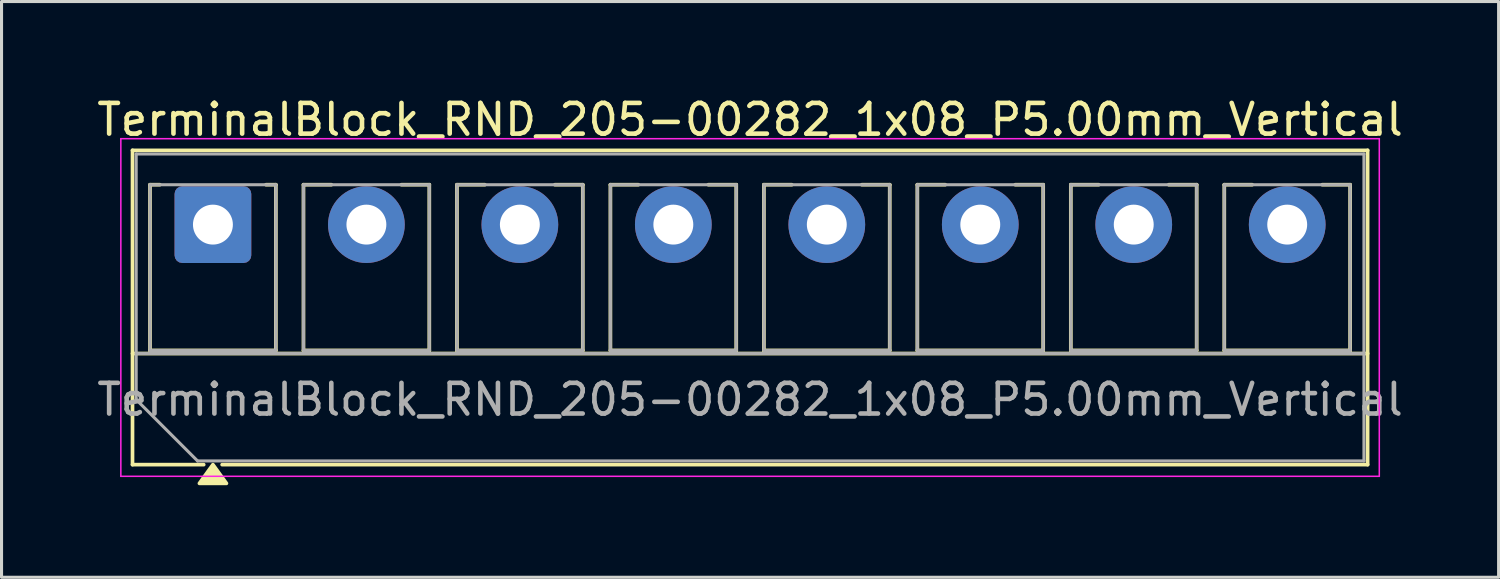
<source format=kicad_pcb>
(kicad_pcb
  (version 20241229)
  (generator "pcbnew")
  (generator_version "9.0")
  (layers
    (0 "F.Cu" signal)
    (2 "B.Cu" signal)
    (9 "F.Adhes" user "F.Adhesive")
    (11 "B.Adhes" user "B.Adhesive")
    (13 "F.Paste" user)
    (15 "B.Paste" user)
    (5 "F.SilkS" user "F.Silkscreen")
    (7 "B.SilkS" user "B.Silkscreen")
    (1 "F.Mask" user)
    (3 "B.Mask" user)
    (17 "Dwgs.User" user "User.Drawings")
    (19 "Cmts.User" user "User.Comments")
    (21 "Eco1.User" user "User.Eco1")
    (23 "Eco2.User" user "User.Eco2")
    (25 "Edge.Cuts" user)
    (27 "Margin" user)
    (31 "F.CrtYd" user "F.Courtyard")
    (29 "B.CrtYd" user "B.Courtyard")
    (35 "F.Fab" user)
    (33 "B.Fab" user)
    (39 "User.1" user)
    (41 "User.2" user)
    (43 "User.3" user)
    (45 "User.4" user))
  (footprint "TerminalBlock_RND_205-00282_1x08_P5.00mm_Vertical"
    (layer "F.Cu")
    (at 3.887 4.268)
    (property "Reference" "TerminalBlock_RND_205-00282_1x08_P5.00mm_Vertical" (at 17.5 -3.42 0) (layer "F.SilkS") (effects (font (size 1 1) (thickness 0.15))))
    (attr through_hole)
    (fp_line (start -2.62 -2.42) (end 37.62 -2.42) (stroke (width 0.12) (type solid)) (layer "F.SilkS"))
    (fp_line (start -2.62 4.2) (end 37.62 4.2) (stroke (width 0.12) (type solid)) (layer "F.SilkS"))
    (fp_line (start -2.62 7.82) (end -2.62 -2.42) (stroke (width 0.12) (type solid)) (layer "F.SilkS"))
    (fp_line (start -2.05 -1.3) (end -1.73 -1.3) (stroke (width 0.12) (type solid)) (layer "F.SilkS"))
    (fp_line (start -2.05 4.1) (end -2.05 -1.3) (stroke (width 0.12) (type solid)) (layer "F.SilkS"))
    (fp_line (start -0.3 7.82) (end -2.62 7.82) (stroke (width 0.12) (type solid)) (layer "F.SilkS"))
    (fp_line (start 1.73 -1.3) (end 2.05 -1.3) (stroke (width 0.12) (type solid)) (layer "F.SilkS"))
    (fp_line (start 2.05 -1.3) (end 2.05 4.1) (stroke (width 0.12) (type solid)) (layer "F.SilkS"))
    (fp_line (start 2.05 4.1) (end -2.05 4.1) (stroke (width 0.12) (type solid)) (layer "F.SilkS"))
    (fp_line (start 2.95 -1.3) (end 3.859 -1.3) (stroke (width 0.12) (type solid)) (layer "F.SilkS"))
    (fp_line (start 2.95 4.1) (end 2.95 -1.3) (stroke (width 0.12) (type solid)) (layer "F.SilkS"))
    (fp_line (start 6.141 -1.3) (end 7.05 -1.3) (stroke (width 0.12) (type solid)) (layer "F.SilkS"))
    (fp_line (start 7.05 -1.3) (end 7.05 4.1) (stroke (width 0.12) (type solid)) (layer "F.SilkS"))
    (fp_line (start 7.05 4.1) (end 2.95 4.1) (stroke (width 0.12) (type solid)) (layer "F.SilkS"))
    (fp_line (start 7.95 -1.3) (end 8.859 -1.3) (stroke (width 0.12) (type solid)) (layer "F.SilkS"))
    (fp_line (start 7.95 4.1) (end 7.95 -1.3) (stroke (width 0.12) (type solid)) (layer "F.SilkS"))
    (fp_line (start 11.141 -1.3) (end 12.05 -1.3) (stroke (width 0.12) (type solid)) (layer "F.SilkS"))
    (fp_line (start 12.05 -1.3) (end 12.05 4.1) (stroke (width 0.12) (type solid)) (layer "F.SilkS"))
    (fp_line (start 12.05 4.1) (end 7.95 4.1) (stroke (width 0.12) (type solid)) (layer "F.SilkS"))
    (fp_line (start 12.95 -1.3) (end 13.859 -1.3) (stroke (width 0.12) (type solid)) (layer "F.SilkS"))
    (fp_line (start 12.95 4.1) (end 12.95 -1.3) (stroke (width 0.12) (type solid)) (layer "F.SilkS"))
    (fp_line (start 16.141 -1.3) (end 17.05 -1.3) (stroke (width 0.12) (type solid)) (layer "F.SilkS"))
    (fp_line (start 17.05 -1.3) (end 17.05 4.1) (stroke (width 0.12) (type solid)) (layer "F.SilkS"))
    (fp_line (start 17.05 4.1) (end 12.95 4.1) (stroke (width 0.12) (type solid)) (layer "F.SilkS"))
    (fp_line (start 17.95 -1.3) (end 18.859 -1.3) (stroke (width 0.12) (type solid)) (layer "F.SilkS"))
    (fp_line (start 17.95 4.1) (end 17.95 -1.3) (stroke (width 0.12) (type solid)) (layer "F.SilkS"))
    (fp_line (start 21.141 -1.3) (end 22.05 -1.3) (stroke (width 0.12) (type solid)) (layer "F.SilkS"))
    (fp_line (start 22.05 -1.3) (end 22.05 4.1) (stroke (width 0.12) (type solid)) (layer "F.SilkS"))
    (fp_line (start 22.05 4.1) (end 17.95 4.1) (stroke (width 0.12) (type solid)) (layer "F.SilkS"))
    (fp_line (start 22.95 -1.3) (end 23.859 -1.3) (stroke (width 0.12) (type solid)) (layer "F.SilkS"))
    (fp_line (start 22.95 4.1) (end 22.95 -1.3) (stroke (width 0.12) (type solid)) (layer "F.SilkS"))
    (fp_line (start 26.141 -1.3) (end 27.05 -1.3) (stroke (width 0.12) (type solid)) (layer "F.SilkS"))
    (fp_line (start 27.05 -1.3) (end 27.05 4.1) (stroke (width 0.12) (type solid)) (layer "F.SilkS"))
    (fp_line (start 27.05 4.1) (end 22.95 4.1) (stroke (width 0.12) (type solid)) (layer "F.SilkS"))
    (fp_line (start 27.95 -1.3) (end 28.859 -1.3) (stroke (width 0.12) (type solid)) (layer "F.SilkS"))
    (fp_line (start 27.95 4.1) (end 27.95 -1.3) (stroke (width 0.12) (type solid)) (layer "F.SilkS"))
    (fp_line (start 31.141 -1.3) (end 32.05 -1.3) (stroke (width 0.12) (type solid)) (layer "F.SilkS"))
    (fp_line (start 32.05 -1.3) (end 32.05 4.1) (stroke (width 0.12) (type solid)) (layer "F.SilkS"))
    (fp_line (start 32.05 4.1) (end 27.95 4.1) (stroke (width 0.12) (type solid)) (layer "F.SilkS"))
    (fp_line (start 32.95 -1.3) (end 33.859 -1.3) (stroke (width 0.12) (type solid)) (layer "F.SilkS"))
    (fp_line (start 32.95 4.1) (end 32.95 -1.3) (stroke (width 0.12) (type solid)) (layer "F.SilkS"))
    (fp_line (start 36.141 -1.3) (end 37.05 -1.3) (stroke (width 0.12) (type solid)) (layer "F.SilkS"))
    (fp_line (start 37.05 -1.3) (end 37.05 4.1) (stroke (width 0.12) (type solid)) (layer "F.SilkS"))
    (fp_line (start 37.05 4.1) (end 32.95 4.1) (stroke (width 0.12) (type solid)) (layer "F.SilkS"))
    (fp_line (start 37.62 -2.42) (end 37.62 7.82) (stroke (width 0.12) (type solid)) (layer "F.SilkS"))
    (fp_line (start 37.62 7.82) (end 0.3 7.82) (stroke (width 0.12) (type solid)) (layer "F.SilkS"))
    (fp_poly (pts (xy 0 7.82) (xy 0.44 8.43) (xy -0.44 8.43)) (stroke (width 0.12) (type solid)) (fill yes) (layer "F.SilkS"))
    (fp_line (start -3 -2.8) (end -3 8.2) (stroke (width 0.05) (type solid)) (layer "F.CrtYd"))
    (fp_line (start -3 8.2) (end 38 8.2) (stroke (width 0.05) (type solid)) (layer "F.CrtYd"))
    (fp_line (start 38 -2.8) (end -3 -2.8) (stroke (width 0.05) (type solid)) (layer "F.CrtYd"))
    (fp_line (start 38 8.2) (end 38 -2.8) (stroke (width 0.05) (type solid)) (layer "F.CrtYd"))
    (fp_line (start -2.5 -2.3) (end 37.5 -2.3) (stroke (width 0.1) (type solid)) (layer "F.Fab"))
    (fp_line (start -2.5 4.2) (end 37.5 4.2) (stroke (width 0.1) (type solid)) (layer "F.Fab"))
    (fp_line (start -2.5 5.7) (end -2.5 -2.3) (stroke (width 0.1) (type solid)) (layer "F.Fab"))
    (fp_line (start -2.05 -1.3) (end -2.05 4.1) (stroke (width 0.1) (type solid)) (layer "F.Fab"))
    (fp_line (start -2.05 4.1) (end 2.05 4.1) (stroke (width 0.1) (type solid)) (layer "F.Fab"))
    (fp_line (start -0.5 7.7) (end -2.5 5.7) (stroke (width 0.1) (type solid)) (layer "F.Fab"))
    (fp_line (start 2.05 -1.3) (end -2.05 -1.3) (stroke (width 0.1) (type solid)) (layer "F.Fab"))
    (fp_line (start 2.05 4.1) (end 2.05 -1.3) (stroke (width 0.1) (type solid)) (layer "F.Fab"))
    (fp_line (start 2.95 -1.3) (end 2.95 4.1) (stroke (width 0.1) (type solid)) (layer "F.Fab"))
    (fp_line (start 2.95 4.1) (end 7.05 4.1) (stroke (width 0.1) (type solid)) (layer "F.Fab"))
    (fp_line (start 7.05 -1.3) (end 2.95 -1.3) (stroke (width 0.1) (type solid)) (layer "F.Fab"))
    (fp_line (start 7.05 4.1) (end 7.05 -1.3) (stroke (width 0.1) (type solid)) (layer "F.Fab"))
    (fp_line (start 7.95 -1.3) (end 7.95 4.1) (stroke (width 0.1) (type solid)) (layer "F.Fab"))
    (fp_line (start 7.95 4.1) (end 12.05 4.1) (stroke (width 0.1) (type solid)) (layer "F.Fab"))
    (fp_line (start 12.05 -1.3) (end 7.95 -1.3) (stroke (width 0.1) (type solid)) (layer "F.Fab"))
    (fp_line (start 12.05 4.1) (end 12.05 -1.3) (stroke (width 0.1) (type solid)) (layer "F.Fab"))
    (fp_line (start 12.95 -1.3) (end 12.95 4.1) (stroke (width 0.1) (type solid)) (layer "F.Fab"))
    (fp_line (start 12.95 4.1) (end 17.05 4.1) (stroke (width 0.1) (type solid)) (layer "F.Fab"))
    (fp_line (start 17.05 -1.3) (end 12.95 -1.3) (stroke (width 0.1) (type solid)) (layer "F.Fab"))
    (fp_line (start 17.05 4.1) (end 17.05 -1.3) (stroke (width 0.1) (type solid)) (layer "F.Fab"))
    (fp_line (start 17.95 -1.3) (end 17.95 4.1) (stroke (width 0.1) (type solid)) (layer "F.Fab"))
    (fp_line (start 17.95 4.1) (end 22.05 4.1) (stroke (width 0.1) (type solid)) (layer "F.Fab"))
    (fp_line (start 22.05 -1.3) (end 17.95 -1.3) (stroke (width 0.1) (type solid)) (layer "F.Fab"))
    (fp_line (start 22.05 4.1) (end 22.05 -1.3) (stroke (width 0.1) (type solid)) (layer "F.Fab"))
    (fp_line (start 22.95 -1.3) (end 22.95 4.1) (stroke (width 0.1) (type solid)) (layer "F.Fab"))
    (fp_line (start 22.95 4.1) (end 27.05 4.1) (stroke (width 0.1) (type solid)) (layer "F.Fab"))
    (fp_line (start 27.05 -1.3) (end 22.95 -1.3) (stroke (width 0.1) (type solid)) (layer "F.Fab"))
    (fp_line (start 27.05 4.1) (end 27.05 -1.3) (stroke (width 0.1) (type solid)) (layer "F.Fab"))
    (fp_line (start 27.95 -1.3) (end 27.95 4.1) (stroke (width 0.1) (type solid)) (layer "F.Fab"))
    (fp_line (start 27.95 4.1) (end 32.05 4.1) (stroke (width 0.1) (type solid)) (layer "F.Fab"))
    (fp_line (start 32.05 -1.3) (end 27.95 -1.3) (stroke (width 0.1) (type solid)) (layer "F.Fab"))
    (fp_line (start 32.05 4.1) (end 32.05 -1.3) (stroke (width 0.1) (type solid)) (layer "F.Fab"))
    (fp_line (start 32.95 -1.3) (end 32.95 4.1) (stroke (width 0.1) (type solid)) (layer "F.Fab"))
    (fp_line (start 32.95 4.1) (end 37.05 4.1) (stroke (width 0.1) (type solid)) (layer "F.Fab"))
    (fp_line (start 37.05 -1.3) (end 32.95 -1.3) (stroke (width 0.1) (type solid)) (layer "F.Fab"))
    (fp_line (start 37.05 4.1) (end 37.05 -1.3) (stroke (width 0.1) (type solid)) (layer "F.Fab"))
    (fp_line (start 37.5 -2.3) (end 37.5 7.7) (stroke (width 0.1) (type solid)) (layer "F.Fab"))
    (fp_line (start 37.5 7.7) (end -0.5 7.7) (stroke (width 0.1) (type solid)) (layer "F.Fab"))
    (fp_text user "${REFERENCE}" (at 17.5 5.7 0) (layer "F.Fab") (effects (font (size 1 1) (thickness 0.15))))
    (pad "1" thru_hole roundrect (at 0 0) (size 2.5 2.5) (drill 1.3) (layers "*.Cu" "*.Mask") (roundrect_rratio 0.1))
    (pad "2" thru_hole circle (at 5 0) (size 2.5 2.5) (drill 1.3) (layers "*.Cu" "*.Mask"))
    (pad "3" thru_hole circle (at 10 0) (size 2.5 2.5) (drill 1.3) (layers "*.Cu" "*.Mask"))
    (pad "4" thru_hole circle (at 15 0) (size 2.5 2.5) (drill 1.3) (layers "*.Cu" "*.Mask"))
    (pad "5" thru_hole circle (at 20 0) (size 2.5 2.5) (drill 1.3) (layers "*.Cu" "*.Mask"))
    (pad "6" thru_hole circle (at 25 0) (size 2.5 2.5) (drill 1.3) (layers "*.Cu" "*.Mask"))
    (pad "7" thru_hole circle (at 30 0) (size 2.5 2.5) (drill 1.3) (layers "*.Cu" "*.Mask"))
    (pad "8" thru_hole circle (at 35 0) (size 2.5 2.5) (drill 1.3) (layers "*.Cu" "*.Mask")))
  (gr_rect
    (start -3 -3)
    (end 45.774 15.758)
    (stroke (width 0.1) (type default))
    (fill no)
    (layer "Edge.Cuts")))
</source>
